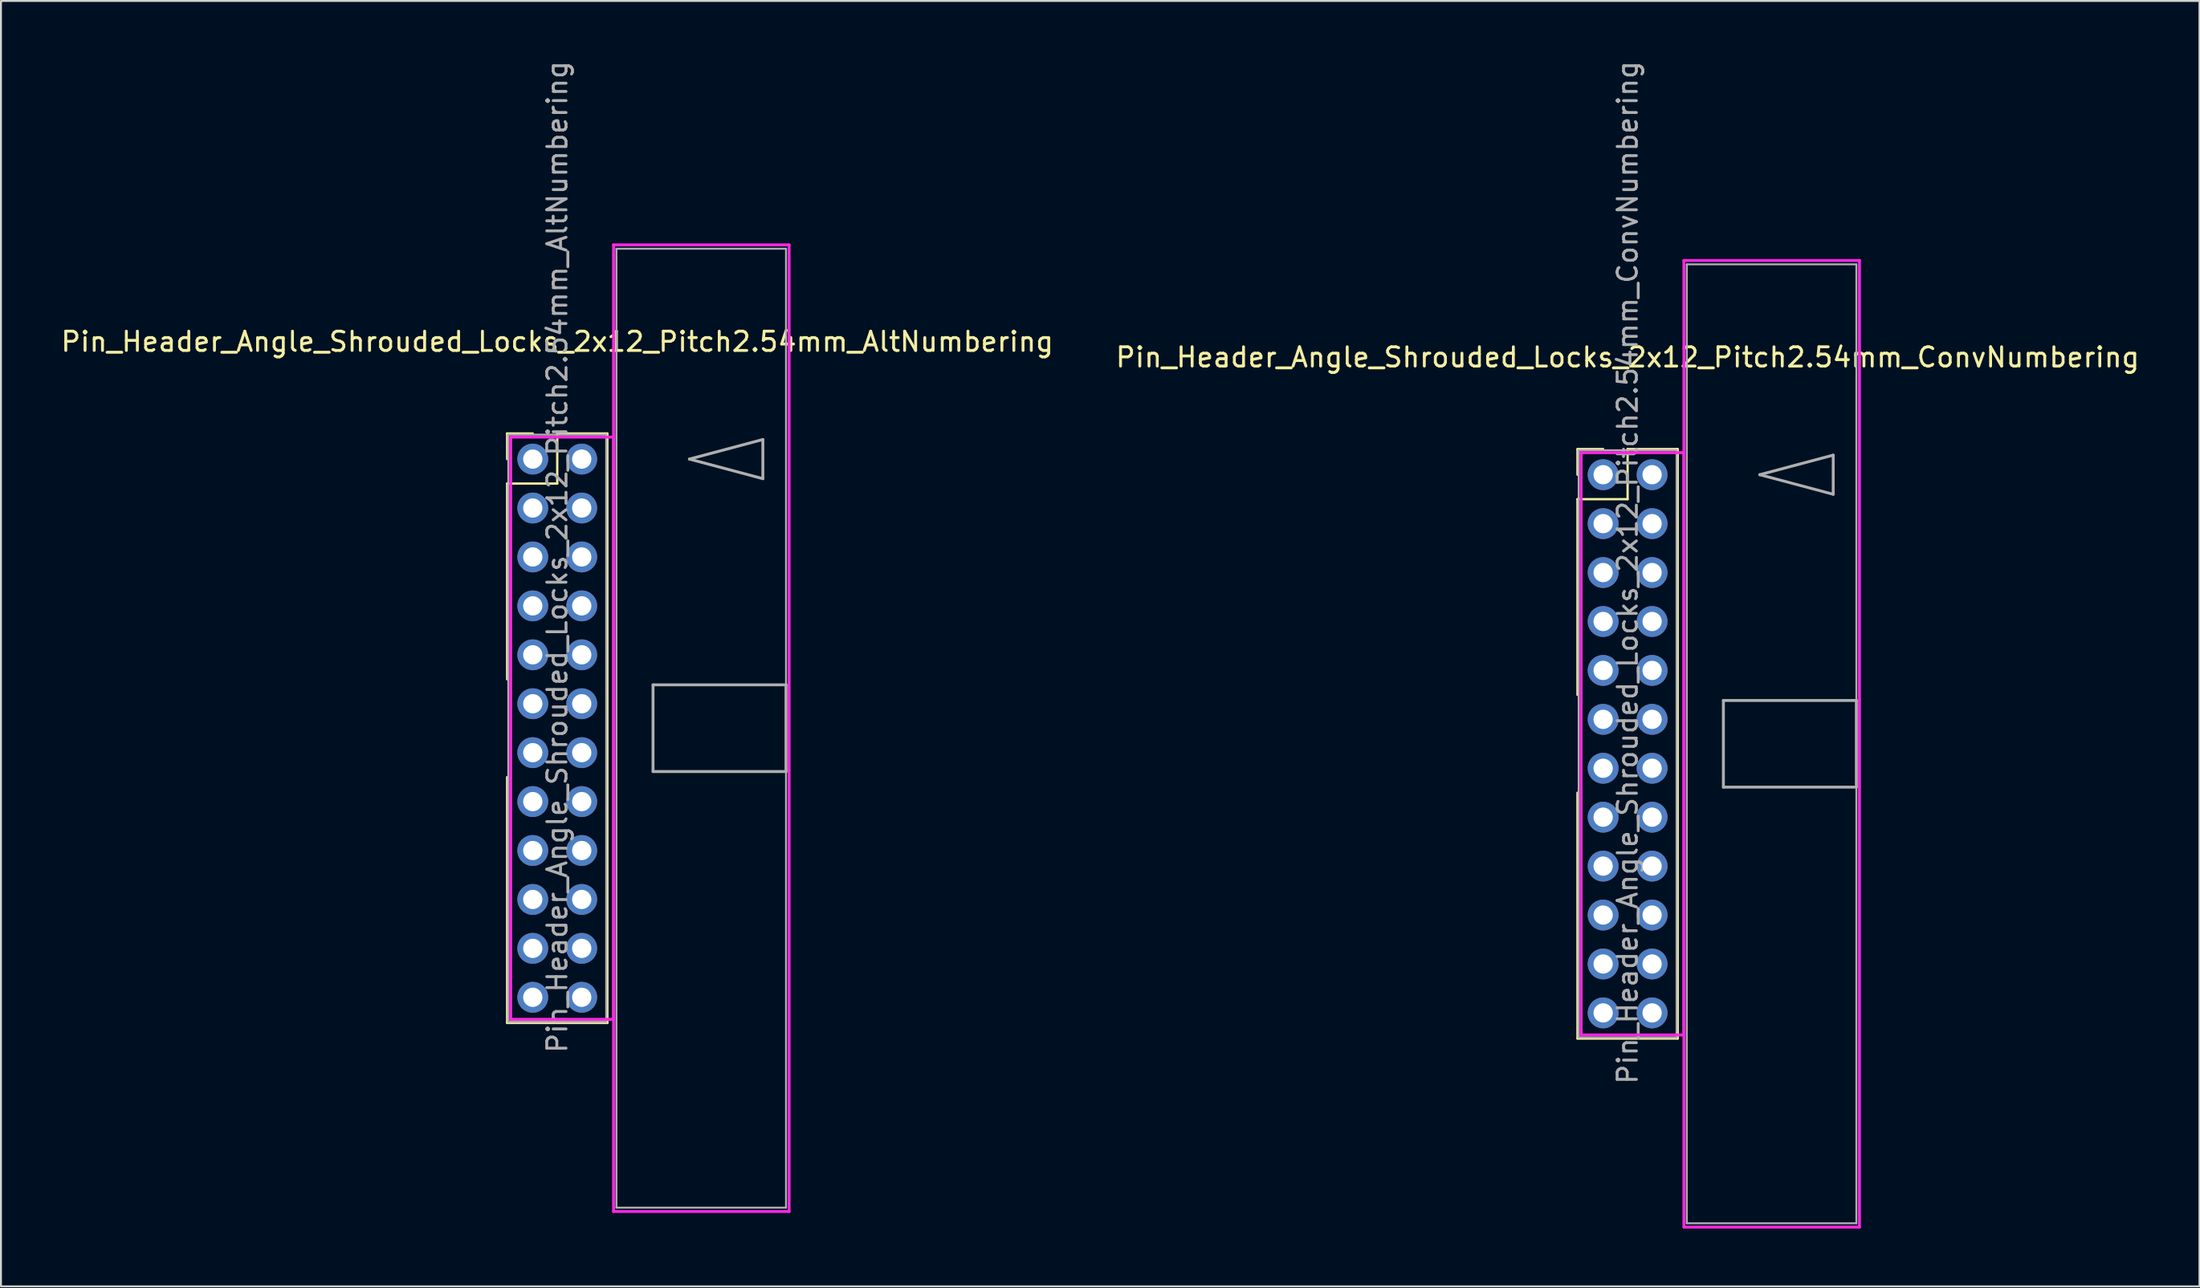
<source format=kicad_pcb>
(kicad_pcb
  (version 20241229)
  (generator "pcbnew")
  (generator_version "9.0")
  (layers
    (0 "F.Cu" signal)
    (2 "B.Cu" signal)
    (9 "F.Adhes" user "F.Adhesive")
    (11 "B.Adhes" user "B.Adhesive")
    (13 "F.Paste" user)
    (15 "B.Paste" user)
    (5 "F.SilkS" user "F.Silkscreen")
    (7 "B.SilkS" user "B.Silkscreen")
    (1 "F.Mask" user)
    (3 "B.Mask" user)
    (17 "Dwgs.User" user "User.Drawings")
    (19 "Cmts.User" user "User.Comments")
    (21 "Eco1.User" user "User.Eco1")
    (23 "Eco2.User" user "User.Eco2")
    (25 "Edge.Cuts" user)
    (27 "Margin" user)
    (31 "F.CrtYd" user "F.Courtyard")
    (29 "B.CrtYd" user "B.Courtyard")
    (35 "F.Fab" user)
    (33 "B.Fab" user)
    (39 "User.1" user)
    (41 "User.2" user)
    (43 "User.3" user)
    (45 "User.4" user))
  (footprint "Pin_Header_Angle_Shrouded_Locks_2x12_Pitch2.54mm_ConvNumbering"
    (layer "F.Cu")
    (at 80.129 21.593)
    (property "Reference" "Pin_Header_Angle_Shrouded_Locks_2x12_Pitch2.54mm_ConvNumbering" (at 1.27 -6.096 0) (layer "F.SilkS") (effects (font (size 1 1) (thickness 0.15))))
    (attr through_hole)
    (fp_line (start -1.33 -1.33) (end 0 -1.33) (stroke (width 0.12) (type solid)) (layer "F.SilkS"))
    (fp_line (start -1.33 0) (end -1.33 -1.33) (stroke (width 0.12) (type solid)) (layer "F.SilkS"))
    (fp_line (start -1.33 1.27) (end -1.33 11.43) (stroke (width 0.12) (type solid)) (layer "F.SilkS"))
    (fp_line (start -1.33 1.27) (end 1.27 1.27) (stroke (width 0.12) (type solid)) (layer "F.SilkS"))
    (fp_line (start -1.33 16.51) (end -1.33 29.27) (stroke (width 0.12) (type solid)) (layer "F.SilkS"))
    (fp_line (start -1.33 29.27) (end 3.87 29.27) (stroke (width 0.12) (type solid)) (layer "F.SilkS"))
    (fp_line (start 1.27 -1.33) (end 3.87 -1.33) (stroke (width 0.12) (type solid)) (layer "F.SilkS"))
    (fp_line (start 1.27 1.27) (end 1.27 -1.33) (stroke (width 0.12) (type solid)) (layer "F.SilkS"))
    (fp_line (start 3.87 -1.33) (end 3.87 29.27) (stroke (width 0.12) (type solid)) (layer "F.SilkS"))
    (fp_line (start -1.143 -1.143) (end -1.143 29.083) (stroke (width 0.15) (type solid)) (layer "F.CrtYd"))
    (fp_line (start -1.143 29.083) (end 4.19 29.083) (stroke (width 0.15) (type solid)) (layer "F.CrtYd"))
    (fp_line (start 4.19 -11.12) (end 4.19 39.06) (stroke (width 0.15) (type solid)) (layer "F.CrtYd"))
    (fp_line (start 4.19 -1.143) (end -1.143 -1.143) (stroke (width 0.15) (type solid)) (layer "F.CrtYd"))
    (fp_line (start 4.19 29.083) (end 4.19 -1.143) (stroke (width 0.15) (type solid)) (layer "F.CrtYd"))
    (fp_line (start 4.19 39.06) (end 13.3 39.06) (stroke (width 0.15) (type solid)) (layer "F.CrtYd"))
    (fp_line (start 13.3 -11.12) (end 4.19 -11.12) (stroke (width 0.15) (type solid)) (layer "F.CrtYd"))
    (fp_line (start 13.3 39.06) (end 13.3 -11.12) (stroke (width 0.15) (type solid)) (layer "F.CrtYd"))
    (fp_line (start -1.27 -1.27) (end -1.27 29.21) (stroke (width 0.1) (type solid)) (layer "F.Fab"))
    (fp_line (start -1.27 29.21) (end 3.81 29.21) (stroke (width 0.1) (type solid)) (layer "F.Fab"))
    (fp_line (start 3.81 -1.27) (end -1.27 -1.27) (stroke (width 0.1) (type solid)) (layer "F.Fab"))
    (fp_line (start 3.81 29.21) (end 3.81 -1.27) (stroke (width 0.1) (type solid)) (layer "F.Fab"))
    (fp_line (start 4.34 -10.92) (end 4.34 38.86) (stroke (width 0.1) (type solid)) (layer "F.Fab"))
    (fp_line (start 4.34 38.86) (end 13.14 38.86) (stroke (width 0.1) (type solid)) (layer "F.Fab"))
    (fp_line (start 6.24 11.72) (end 6.24 16.22) (stroke (width 0.15) (type solid)) (layer "F.Fab"))
    (fp_line (start 6.24 16.22) (end 13.14 16.22) (stroke (width 0.15) (type solid)) (layer "F.Fab"))
    (fp_line (start 8.128 0) (end 11.938 -1.016) (stroke (width 0.15) (type solid)) (layer "F.Fab"))
    (fp_line (start 11.938 -1.016) (end 11.938 1.016) (stroke (width 0.15) (type solid)) (layer "F.Fab"))
    (fp_line (start 11.938 1.016) (end 8.128 0) (stroke (width 0.15) (type solid)) (layer "F.Fab"))
    (fp_line (start 13.14 -10.92) (end 4.34 -10.92) (stroke (width 0.1) (type solid)) (layer "F.Fab"))
    (fp_line (start 13.14 11.72) (end 6.24 11.72) (stroke (width 0.15) (type solid)) (layer "F.Fab"))
    (fp_line (start 13.14 16.22) (end 13.14 11.72) (stroke (width 0.15) (type solid)) (layer "F.Fab"))
    (fp_line (start 13.14 38.86) (end 13.14 -10.92) (stroke (width 0.1) (type solid)) (layer "F.Fab"))
    (fp_text user "${REFERENCE}" (at 1.27 5.08 90) (layer "F.Fab") (effects (font (size 1 1) (thickness 0.15))))
    (pad "1" thru_hole oval (at 0 0) (size 1.6 1.6) (drill 1) (layers "*.Cu" "*.Mask"))
    (pad "2" thru_hole oval (at 2.54 0) (size 1.6 1.6) (drill 1) (layers "*.Cu" "*.Mask"))
    (pad "3" thru_hole oval (at 0 2.54) (size 1.6 1.6) (drill 1) (layers "*.Cu" "*.Mask"))
    (pad "4" thru_hole oval (at 2.54 2.54) (size 1.6 1.6) (drill 1) (layers "*.Cu" "*.Mask"))
    (pad "5" thru_hole oval (at 0 5.08) (size 1.6 1.6) (drill 1) (layers "*.Cu" "*.Mask"))
    (pad "6" thru_hole oval (at 2.54 5.08) (size 1.6 1.6) (drill 1) (layers "*.Cu" "*.Mask"))
    (pad "7" thru_hole oval (at 0 7.62) (size 1.6 1.6) (drill 1) (layers "*.Cu" "*.Mask"))
    (pad "8" thru_hole oval (at 2.54 7.62) (size 1.6 1.6) (drill 1) (layers "*.Cu" "*.Mask"))
    (pad "9" thru_hole oval (at 0 10.16) (size 1.6 1.6) (drill 1) (layers "*.Cu" "*.Mask"))
    (pad "10" thru_hole oval (at 2.54 10.16) (size 1.6 1.6) (drill 1) (layers "*.Cu" "*.Mask"))
    (pad "11" thru_hole oval (at 0 12.7) (size 1.6 1.6) (drill 1) (layers "*.Cu" "*.Mask"))
    (pad "12" thru_hole oval (at 2.54 12.7) (size 1.6 1.6) (drill 1) (layers "*.Cu" "*.Mask"))
    (pad "13" thru_hole oval (at 0 15.24) (size 1.6 1.6) (drill 1) (layers "*.Cu" "*.Mask"))
    (pad "14" thru_hole oval (at 2.54 15.24) (size 1.6 1.6) (drill 1) (layers "*.Cu" "*.Mask"))
    (pad "15" thru_hole oval (at 0 17.78) (size 1.6 1.6) (drill 1) (layers "*.Cu" "*.Mask"))
    (pad "16" thru_hole oval (at 2.54 17.78) (size 1.6 1.6) (drill 1) (layers "*.Cu" "*.Mask"))
    (pad "17" thru_hole oval (at 0 20.32) (size 1.6 1.6) (drill 1) (layers "*.Cu" "*.Mask"))
    (pad "18" thru_hole oval (at 2.54 20.32) (size 1.6 1.6) (drill 1) (layers "*.Cu" "*.Mask"))
    (pad "19" thru_hole oval (at 0 22.86) (size 1.6 1.6) (drill 1) (layers "*.Cu" "*.Mask"))
    (pad "20" thru_hole oval (at 2.54 22.86) (size 1.6 1.6) (drill 1) (layers "*.Cu" "*.Mask"))
    (pad "21" thru_hole oval (at 0 25.4) (size 1.6 1.6) (drill 1) (layers "*.Cu" "*.Mask"))
    (pad "22" thru_hole oval (at 2.54 25.4) (size 1.6 1.6) (drill 1) (layers "*.Cu" "*.Mask"))
    (pad "23" thru_hole oval (at 0 27.94) (size 1.6 1.6) (drill 1) (layers "*.Cu" "*.Mask"))
    (pad "24" thru_hole oval (at 2.54 27.94) (size 1.6 1.6) (drill 1) (layers "*.Cu" "*.Mask")))
  (footprint "Pin_Header_Angle_Shrouded_Locks_2x12_Pitch2.54mm_AltNumbering"
    (layer "F.Cu")
    (at 24.593 20.783)
    (property "Reference" "Pin_Header_Angle_Shrouded_Locks_2x12_Pitch2.54mm_AltNumbering" (at 1.27 -6.096 0) (layer "F.SilkS") (effects (font (size 1 1) (thickness 0.15))))
    (attr through_hole)
    (fp_line (start -1.33 -1.33) (end 0 -1.33) (stroke (width 0.12) (type solid)) (layer "F.SilkS"))
    (fp_line (start -1.33 0) (end -1.33 -1.33) (stroke (width 0.12) (type solid)) (layer "F.SilkS"))
    (fp_line (start -1.33 1.27) (end -1.33 11.43) (stroke (width 0.12) (type solid)) (layer "F.SilkS"))
    (fp_line (start -1.33 1.27) (end 1.27 1.27) (stroke (width 0.12) (type solid)) (layer "F.SilkS"))
    (fp_line (start -1.33 16.51) (end -1.33 29.27) (stroke (width 0.12) (type solid)) (layer "F.SilkS"))
    (fp_line (start -1.33 29.27) (end 3.87 29.27) (stroke (width 0.12) (type solid)) (layer "F.SilkS"))
    (fp_line (start 1.27 -1.33) (end 3.87 -1.33) (stroke (width 0.12) (type solid)) (layer "F.SilkS"))
    (fp_line (start 1.27 1.27) (end 1.27 -1.33) (stroke (width 0.12) (type solid)) (layer "F.SilkS"))
    (fp_line (start 3.87 -1.33) (end 3.87 29.27) (stroke (width 0.12) (type solid)) (layer "F.SilkS"))
    (fp_line (start -1.143 -1.143) (end -1.143 29.083) (stroke (width 0.15) (type solid)) (layer "F.CrtYd"))
    (fp_line (start -1.143 29.083) (end 4.19 29.083) (stroke (width 0.15) (type solid)) (layer "F.CrtYd"))
    (fp_line (start 4.19 -11.12) (end 4.19 39.06) (stroke (width 0.15) (type solid)) (layer "F.CrtYd"))
    (fp_line (start 4.19 -1.143) (end -1.143 -1.143) (stroke (width 0.15) (type solid)) (layer "F.CrtYd"))
    (fp_line (start 4.19 29.083) (end 4.19 -1.143) (stroke (width 0.15) (type solid)) (layer "F.CrtYd"))
    (fp_line (start 4.19 39.06) (end 13.3 39.06) (stroke (width 0.15) (type solid)) (layer "F.CrtYd"))
    (fp_line (start 13.3 -11.12) (end 4.19 -11.12) (stroke (width 0.15) (type solid)) (layer "F.CrtYd"))
    (fp_line (start 13.3 39.06) (end 13.3 -11.12) (stroke (width 0.15) (type solid)) (layer "F.CrtYd"))
    (fp_line (start -1.27 -1.27) (end -1.27 29.21) (stroke (width 0.1) (type solid)) (layer "F.Fab"))
    (fp_line (start -1.27 29.21) (end 3.81 29.21) (stroke (width 0.1) (type solid)) (layer "F.Fab"))
    (fp_line (start 3.81 -1.27) (end -1.27 -1.27) (stroke (width 0.1) (type solid)) (layer "F.Fab"))
    (fp_line (start 3.81 29.21) (end 3.81 -1.27) (stroke (width 0.1) (type solid)) (layer "F.Fab"))
    (fp_line (start 4.34 -10.92) (end 4.34 38.86) (stroke (width 0.1) (type solid)) (layer "F.Fab"))
    (fp_line (start 4.34 38.86) (end 13.14 38.86) (stroke (width 0.1) (type solid)) (layer "F.Fab"))
    (fp_line (start 6.24 11.72) (end 6.24 16.22) (stroke (width 0.15) (type solid)) (layer "F.Fab"))
    (fp_line (start 6.24 16.22) (end 13.14 16.22) (stroke (width 0.15) (type solid)) (layer "F.Fab"))
    (fp_line (start 8.128 0) (end 11.938 -1.016) (stroke (width 0.15) (type solid)) (layer "F.Fab"))
    (fp_line (start 11.938 -1.016) (end 11.938 1.016) (stroke (width 0.15) (type solid)) (layer "F.Fab"))
    (fp_line (start 11.938 1.016) (end 8.128 0) (stroke (width 0.15) (type solid)) (layer "F.Fab"))
    (fp_line (start 13.14 -10.92) (end 4.34 -10.92) (stroke (width 0.1) (type solid)) (layer "F.Fab"))
    (fp_line (start 13.14 11.72) (end 6.24 11.72) (stroke (width 0.15) (type solid)) (layer "F.Fab"))
    (fp_line (start 13.14 16.22) (end 13.14 11.72) (stroke (width 0.15) (type solid)) (layer "F.Fab"))
    (fp_line (start 13.14 38.86) (end 13.14 -10.92) (stroke (width 0.1) (type solid)) (layer "F.Fab"))
    (fp_text user "${REFERENCE}" (at 1.27 5.08 90) (layer "F.Fab") (effects (font (size 1 1) (thickness 0.15))))
    (pad "1" thru_hole oval (at 0 0) (size 1.6 1.6) (drill 1) (layers "*.Cu" "*.Mask"))
    (pad "2" thru_hole oval (at 0 2.54) (size 1.6 1.6) (drill 1) (layers "*.Cu" "*.Mask"))
    (pad "3" thru_hole oval (at 0 5.08) (size 1.6 1.6) (drill 1) (layers "*.Cu" "*.Mask"))
    (pad "4" thru_hole oval (at 0 7.62) (size 1.6 1.6) (drill 1) (layers "*.Cu" "*.Mask"))
    (pad "5" thru_hole oval (at 0 10.16) (size 1.6 1.6) (drill 1) (layers "*.Cu" "*.Mask"))
    (pad "6" thru_hole oval (at 0 12.7) (size 1.6 1.6) (drill 1) (layers "*.Cu" "*.Mask"))
    (pad "7" thru_hole oval (at 0 15.24) (size 1.6 1.6) (drill 1) (layers "*.Cu" "*.Mask"))
    (pad "8" thru_hole oval (at 0 17.78) (size 1.6 1.6) (drill 1) (layers "*.Cu" "*.Mask"))
    (pad "9" thru_hole oval (at 0 20.32) (size 1.6 1.6) (drill 1) (layers "*.Cu" "*.Mask"))
    (pad "10" thru_hole oval (at 0 22.86) (size 1.6 1.6) (drill 1) (layers "*.Cu" "*.Mask"))
    (pad "11" thru_hole oval (at 0 25.4) (size 1.6 1.6) (drill 1) (layers "*.Cu" "*.Mask"))
    (pad "12" thru_hole oval (at 0 27.94) (size 1.6 1.6) (drill 1) (layers "*.Cu" "*.Mask"))
    (pad "13" thru_hole oval (at 2.54 0) (size 1.6 1.6) (drill 1) (layers "*.Cu" "*.Mask"))
    (pad "14" thru_hole oval (at 2.54 2.54) (size 1.6 1.6) (drill 1) (layers "*.Cu" "*.Mask"))
    (pad "15" thru_hole oval (at 2.54 5.08) (size 1.6 1.6) (drill 1) (layers "*.Cu" "*.Mask"))
    (pad "16" thru_hole oval (at 2.54 7.62) (size 1.6 1.6) (drill 1) (layers "*.Cu" "*.Mask"))
    (pad "17" thru_hole oval (at 2.54 10.16) (size 1.6 1.6) (drill 1) (layers "*.Cu" "*.Mask"))
    (pad "18" thru_hole oval (at 2.54 12.7) (size 1.6 1.6) (drill 1) (layers "*.Cu" "*.Mask"))
    (pad "19" thru_hole oval (at 2.54 15.24) (size 1.6 1.6) (drill 1) (layers "*.Cu" "*.Mask"))
    (pad "20" thru_hole oval (at 2.54 17.78) (size 1.6 1.6) (drill 1) (layers "*.Cu" "*.Mask"))
    (pad "21" thru_hole oval (at 2.54 20.32) (size 1.6 1.6) (drill 1) (layers "*.Cu" "*.Mask"))
    (pad "22" thru_hole oval (at 2.54 22.86) (size 1.6 1.6) (drill 1) (layers "*.Cu" "*.Mask"))
    (pad "23" thru_hole oval (at 2.54 25.4) (size 1.6 1.6) (drill 1) (layers "*.Cu" "*.Mask"))
    (pad "24" thru_hole oval (at 2.54 27.94) (size 1.6 1.6) (drill 1) (layers "*.Cu" "*.Mask")))
  (gr_rect
    (start -3 -3)
    (end 111.071 63.728)
    (stroke (width 0.1) (type default))
    (fill no)
    (layer "Edge.Cuts")))
</source>
